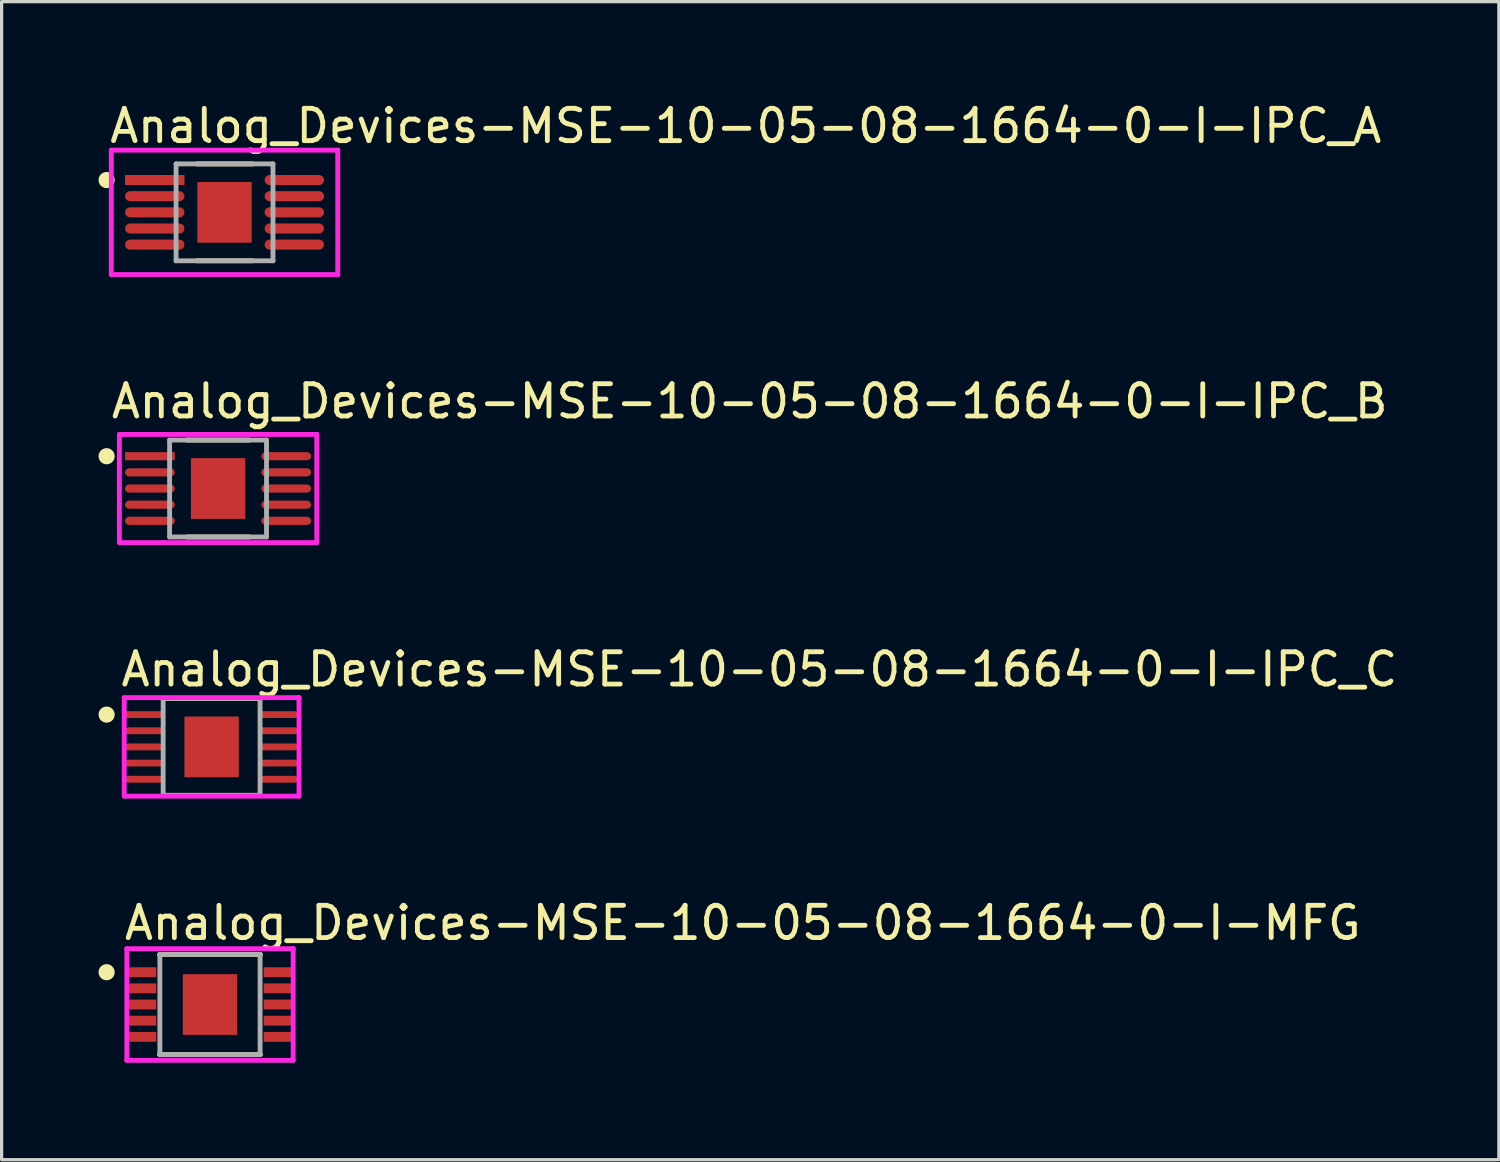
<source format=kicad_pcb>
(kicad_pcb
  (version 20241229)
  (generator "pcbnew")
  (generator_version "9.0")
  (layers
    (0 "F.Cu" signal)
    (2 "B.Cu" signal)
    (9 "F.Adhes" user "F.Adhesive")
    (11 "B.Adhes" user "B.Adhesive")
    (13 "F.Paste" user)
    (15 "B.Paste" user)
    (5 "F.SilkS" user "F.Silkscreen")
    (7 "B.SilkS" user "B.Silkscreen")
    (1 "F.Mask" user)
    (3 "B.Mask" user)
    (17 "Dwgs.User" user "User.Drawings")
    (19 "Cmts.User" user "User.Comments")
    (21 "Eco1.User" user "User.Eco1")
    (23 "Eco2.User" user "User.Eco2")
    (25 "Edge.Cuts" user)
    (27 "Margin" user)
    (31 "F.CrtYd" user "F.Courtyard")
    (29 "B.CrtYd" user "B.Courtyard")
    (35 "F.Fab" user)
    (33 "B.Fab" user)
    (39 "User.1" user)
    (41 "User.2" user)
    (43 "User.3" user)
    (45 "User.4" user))
  (footprint "Analog_Devices-MSE-10-05-08-1664-0-I-IPC_B"
    (layer "F.Cu")
    (at 3.7 12.072)
    (property "Reference" "Analog_Devices-MSE-10-05-08-1664-0-I-IPC_B" (at -3.38 -2.7 0) (layer "F.SilkS") (effects (font (size 1 1) (thickness 0.15)) (justify left)))
    (attr through_hole)
    (fp_line (start -0.965 -1.5) (end 0.965 -1.5) (stroke (width 0.15) (type solid)) (layer "F.SilkS"))
    (fp_line (start -0.965 1.5) (end 0.965 1.5) (stroke (width 0.15) (type solid)) (layer "F.SilkS"))
    (fp_circle (center -3.45 -1) (end -3.325 -1) (stroke (width 0.25) (type solid)) (fill no) (layer "F.SilkS"))
    (fp_poly (pts (xy -0.514 -0.614) (xy 0.514 -0.614) (xy 0.514 0.614) (xy -0.514 0.614)) (stroke (width 0) (type solid)) (fill yes) (layer "F.Paste"))
    (fp_line (start -3.055 -1.675) (end -3.055 1.675) (stroke (width 0.15) (type solid)) (layer "F.CrtYd"))
    (fp_line (start -3.055 1.675) (end 3.055 1.675) (stroke (width 0.15) (type solid)) (layer "F.CrtYd"))
    (fp_line (start 3.055 -1.675) (end -3.055 -1.675) (stroke (width 0.15) (type solid)) (layer "F.CrtYd"))
    (fp_line (start 3.055 -1.675) (end 3.055 -1.675) (stroke (width 0.15) (type solid)) (layer "F.CrtYd"))
    (fp_line (start 3.055 1.675) (end 3.055 -1.675) (stroke (width 0.15) (type solid)) (layer "F.CrtYd"))
    (fp_line (start -1.5 -1.5) (end 1.5 -1.5) (stroke (width 0.15) (type solid)) (layer "F.Fab"))
    (fp_line (start -1.5 1.5) (end -1.5 -1.5) (stroke (width 0.15) (type solid)) (layer "F.Fab"))
    (fp_line (start 1.5 -1.5) (end 1.5 1.5) (stroke (width 0.15) (type solid)) (layer "F.Fab"))
    (fp_line (start 1.5 1.5) (end -1.5 1.5) (stroke (width 0.15) (type solid)) (layer "F.Fab"))
    (pad "1" smd rect (at -2.11 -1) (size 1.54 0.252) (layers "F.Cu" "F.Mask" "F.Paste"))
    (pad "2" smd roundrect (at -2.11 -0.5) (size 1.54 0.252) (layers "F.Cu" "F.Mask" "F.Paste") (roundrect_rratio 0.5))
    (pad "3" smd roundrect (at -2.11 0) (size 1.54 0.252) (layers "F.Cu" "F.Mask" "F.Paste") (roundrect_rratio 0.5))
    (pad "4" smd roundrect (at -2.11 0.5) (size 1.54 0.252) (layers "F.Cu" "F.Mask" "F.Paste") (roundrect_rratio 0.5))
    (pad "5" smd roundrect (at -2.11 1) (size 1.54 0.252) (layers "F.Cu" "F.Mask" "F.Paste") (roundrect_rratio 0.5))
    (pad "6" smd roundrect (at 2.11 1) (size 1.54 0.252) (layers "F.Cu" "F.Mask" "F.Paste") (roundrect_rratio 0.5))
    (pad "7" smd roundrect (at 2.11 0.5) (size 1.54 0.252) (layers "F.Cu" "F.Mask" "F.Paste") (roundrect_rratio 0.5))
    (pad "8" smd roundrect (at 2.11 0) (size 1.54 0.252) (layers "F.Cu" "F.Mask" "F.Paste") (roundrect_rratio 0.5))
    (pad "9" smd roundrect (at 2.11 -0.5) (size 1.54 0.252) (layers "F.Cu" "F.Mask" "F.Paste") (roundrect_rratio 0.5))
    (pad "10" smd roundrect (at 2.11 -1) (size 1.54 0.252) (layers "F.Cu" "F.Mask" "F.Paste") (roundrect_rratio 0.5))
    (pad "11" smd rect (at 0 0) (size 1.68 1.88) (layers "F.Cu" "F.Mask")))
  (footprint "Analog_Devices-MSE-10-05-08-1664-0-I-MFG"
    (layer "F.Cu")
    (at 3.45 28.044)
    (property "Reference" "Analog_Devices-MSE-10-05-08-1664-0-I-MFG" (at -2.726 -2.526 0) (layer "F.SilkS") (effects (font (size 1 1) (thickness 0.15)) (justify left)))
    (attr through_hole)
    (fp_line (start -1.551 -1.551) (end 1.551 -1.551) (stroke (width 0.15) (type solid)) (layer "F.SilkS"))
    (fp_line (start -1.551 -1.528) (end -1.551 -1.551) (stroke (width 0.15) (type solid)) (layer "F.SilkS"))
    (fp_line (start -1.551 1.551) (end -1.551 1.528) (stroke (width 0.15) (type solid)) (layer "F.SilkS"))
    (fp_line (start -1.551 1.551) (end 1.551 1.551) (stroke (width 0.15) (type solid)) (layer "F.SilkS"))
    (fp_line (start 1.551 -1.528) (end 1.551 -1.551) (stroke (width 0.15) (type solid)) (layer "F.SilkS"))
    (fp_line (start 1.551 1.551) (end 1.551 1.528) (stroke (width 0.15) (type solid)) (layer "F.SilkS"))
    (fp_circle (center -3.2 -1) (end -3.075 -1) (stroke (width 0.25) (type solid)) (fill no) (layer "F.SilkS"))
    (fp_line (start -2.575 -1.728) (end -2.575 1.728) (stroke (width 0.15) (type solid)) (layer "F.CrtYd"))
    (fp_line (start -2.575 1.728) (end 2.575 1.728) (stroke (width 0.15) (type solid)) (layer "F.CrtYd"))
    (fp_line (start 2.575 -1.728) (end -2.575 -1.728) (stroke (width 0.15) (type solid)) (layer "F.CrtYd"))
    (fp_line (start 2.575 -1.728) (end 2.575 -1.728) (stroke (width 0.15) (type solid)) (layer "F.CrtYd"))
    (fp_line (start 2.575 1.728) (end 2.575 -1.728) (stroke (width 0.15) (type solid)) (layer "F.CrtYd"))
    (fp_line (start -1.551 -1.551) (end 1.551 -1.551) (stroke (width 0.15) (type solid)) (layer "F.Fab"))
    (fp_line (start -1.551 1.551) (end -1.551 -1.551) (stroke (width 0.15) (type solid)) (layer "F.Fab"))
    (fp_line (start 1.551 -1.551) (end 1.551 1.551) (stroke (width 0.15) (type solid)) (layer "F.Fab"))
    (fp_line (start 1.551 1.551) (end -1.551 1.551) (stroke (width 0.15) (type solid)) (layer "F.Fab"))
    (pad "1" smd rect (at -2.106 -1) (size 0.889 0.305) (layers "F.Cu" "F.Mask" "F.Paste"))
    (pad "2" smd rect (at -2.106 -0.5) (size 0.889 0.305) (layers "F.Cu" "F.Mask" "F.Paste"))
    (pad "3" smd rect (at -2.106 0) (size 0.889 0.305) (layers "F.Cu" "F.Mask" "F.Paste"))
    (pad "4" smd rect (at -2.106 0.5) (size 0.889 0.305) (layers "F.Cu" "F.Mask" "F.Paste"))
    (pad "5" smd rect (at -2.106 1) (size 0.889 0.305) (layers "F.Cu" "F.Mask" "F.Paste"))
    (pad "6" smd rect (at 2.106 1) (size 0.889 0.305) (layers "F.Cu" "F.Mask" "F.Paste"))
    (pad "7" smd rect (at 2.106 0.5) (size 0.889 0.305) (layers "F.Cu" "F.Mask" "F.Paste"))
    (pad "8" smd rect (at 2.106 0) (size 0.889 0.305) (layers "F.Cu" "F.Mask" "F.Paste"))
    (pad "9" smd rect (at 2.106 -0.5) (size 0.889 0.305) (layers "F.Cu" "F.Mask" "F.Paste"))
    (pad "10" smd rect (at 2.106 -1) (size 0.889 0.305) (layers "F.Cu" "F.Mask" "F.Paste"))
    (pad "11" smd rect (at 0 0) (size 1.68 1.88) (layers "F.Cu" "F.Mask" "F.Paste")))
  (footprint "Analog_Devices-MSE-10-05-08-1664-0-I-IPC_A"
    (layer "F.Cu")
    (at 3.9 3.523)
    (property "Reference" "Analog_Devices-MSE-10-05-08-1664-0-I-IPC_A" (at -3.63 -2.675 0) (layer "F.SilkS") (effects (font (size 1 1) (thickness 0.15)) (justify left)))
    (attr through_hole)
    (fp_line (start -0.865 -1.5) (end 0.865 -1.5) (stroke (width 0.15) (type solid)) (layer "F.SilkS"))
    (fp_line (start -0.865 1.5) (end 0.865 1.5) (stroke (width 0.15) (type solid)) (layer "F.SilkS"))
    (fp_circle (center -3.65 -1) (end -3.525 -1) (stroke (width 0.25) (type solid)) (fill no) (layer "F.SilkS"))
    (fp_poly (pts (xy -0.514 -0.614) (xy 0.514 -0.614) (xy 0.514 0.614) (xy -0.514 0.614)) (stroke (width 0) (type solid)) (fill yes) (layer "F.Paste"))
    (fp_line (start -3.505 -1.925) (end -3.505 1.925) (stroke (width 0.15) (type solid)) (layer "F.CrtYd"))
    (fp_line (start -3.505 1.925) (end 3.505 1.925) (stroke (width 0.15) (type solid)) (layer "F.CrtYd"))
    (fp_line (start 3.505 -1.925) (end -3.505 -1.925) (stroke (width 0.15) (type solid)) (layer "F.CrtYd"))
    (fp_line (start 3.505 -1.925) (end 3.505 -1.925) (stroke (width 0.15) (type solid)) (layer "F.CrtYd"))
    (fp_line (start 3.505 1.925) (end 3.505 -1.925) (stroke (width 0.15) (type solid)) (layer "F.CrtYd"))
    (fp_line (start -1.5 -1.5) (end 1.5 -1.5) (stroke (width 0.15) (type solid)) (layer "F.Fab"))
    (fp_line (start -1.5 1.5) (end -1.5 -1.5) (stroke (width 0.15) (type solid)) (layer "F.Fab"))
    (fp_line (start 1.5 -1.5) (end 1.5 1.5) (stroke (width 0.15) (type solid)) (layer "F.Fab"))
    (fp_line (start 1.5 1.5) (end -1.5 1.5) (stroke (width 0.15) (type solid)) (layer "F.Fab"))
    (pad "1" smd rect (at -2.16 -1) (size 1.84 0.312) (layers "F.Cu" "F.Mask" "F.Paste"))
    (pad "2" smd roundrect (at -2.16 -0.5) (size 1.84 0.312) (layers "F.Cu" "F.Mask" "F.Paste") (roundrect_rratio 0.5))
    (pad "3" smd roundrect (at -2.16 0) (size 1.84 0.312) (layers "F.Cu" "F.Mask" "F.Paste") (roundrect_rratio 0.5))
    (pad "4" smd roundrect (at -2.16 0.5) (size 1.84 0.312) (layers "F.Cu" "F.Mask" "F.Paste") (roundrect_rratio 0.5))
    (pad "5" smd roundrect (at -2.16 1) (size 1.84 0.312) (layers "F.Cu" "F.Mask" "F.Paste") (roundrect_rratio 0.5))
    (pad "6" smd roundrect (at 2.16 1) (size 1.84 0.312) (layers "F.Cu" "F.Mask" "F.Paste") (roundrect_rratio 0.5))
    (pad "7" smd roundrect (at 2.16 0.5) (size 1.84 0.312) (layers "F.Cu" "F.Mask" "F.Paste") (roundrect_rratio 0.5))
    (pad "8" smd roundrect (at 2.16 0) (size 1.84 0.312) (layers "F.Cu" "F.Mask" "F.Paste") (roundrect_rratio 0.5))
    (pad "9" smd roundrect (at 2.16 -0.5) (size 1.84 0.312) (layers "F.Cu" "F.Mask" "F.Paste") (roundrect_rratio 0.5))
    (pad "10" smd roundrect (at 2.16 -1) (size 1.84 0.312) (layers "F.Cu" "F.Mask" "F.Paste") (roundrect_rratio 0.5))
    (pad "11" smd rect (at 0 0) (size 1.68 1.88) (layers "F.Cu" "F.Mask")))
  (footprint "Analog_Devices-MSE-10-05-08-1664-0-I-IPC_C"
    (layer "F.Cu")
    (at 3.5 20.07)
    (property "Reference" "Analog_Devices-MSE-10-05-08-1664-0-I-IPC_C" (at -2.88 -2.4 0) (layer "F.SilkS") (effects (font (size 1 1) (thickness 0.15)) (justify left)))
    (attr through_hole)
    (fp_line (start -1.5 -1.5) (end 1.5 -1.5) (stroke (width 0.15) (type solid)) (layer "F.SilkS"))
    (fp_line (start -1.5 -1.481) (end -1.5 -1.5) (stroke (width 0.15) (type solid)) (layer "F.SilkS"))
    (fp_line (start -1.5 1.5) (end -1.5 1.481) (stroke (width 0.15) (type solid)) (layer "F.SilkS"))
    (fp_line (start -1.5 1.5) (end 1.5 1.5) (stroke (width 0.15) (type solid)) (layer "F.SilkS"))
    (fp_line (start 1.5 -1.481) (end 1.5 -1.5) (stroke (width 0.15) (type solid)) (layer "F.SilkS"))
    (fp_line (start 1.5 1.5) (end 1.5 1.481) (stroke (width 0.15) (type solid)) (layer "F.SilkS"))
    (fp_circle (center -3.25 -1) (end -3.125 -1) (stroke (width 0.25) (type solid)) (fill no) (layer "F.SilkS"))
    (fp_poly (pts (xy -0.514 -0.614) (xy 0.514 -0.614) (xy 0.514 0.614) (xy -0.514 0.614)) (stroke (width 0) (type solid)) (fill yes) (layer "F.Paste"))
    (fp_line (start -2.705 -1.525) (end -2.705 1.525) (stroke (width 0.15) (type solid)) (layer "F.CrtYd"))
    (fp_line (start -2.705 1.525) (end 2.705 1.525) (stroke (width 0.15) (type solid)) (layer "F.CrtYd"))
    (fp_line (start 2.705 -1.525) (end -2.705 -1.525) (stroke (width 0.15) (type solid)) (layer "F.CrtYd"))
    (fp_line (start 2.705 -1.525) (end 2.705 -1.525) (stroke (width 0.15) (type solid)) (layer "F.CrtYd"))
    (fp_line (start 2.705 1.525) (end 2.705 -1.525) (stroke (width 0.15) (type solid)) (layer "F.CrtYd"))
    (fp_line (start -1.5 -1.5) (end 1.5 -1.5) (stroke (width 0.15) (type solid)) (layer "F.Fab"))
    (fp_line (start -1.5 1.5) (end -1.5 -1.5) (stroke (width 0.15) (type solid)) (layer "F.Fab"))
    (fp_line (start 1.5 -1.5) (end 1.5 1.5) (stroke (width 0.15) (type solid)) (layer "F.Fab"))
    (fp_line (start 1.5 1.5) (end -1.5 1.5) (stroke (width 0.15) (type solid)) (layer "F.Fab"))
    (pad "1" smd rect (at -2.06 -1) (size 1.24 0.212) (layers "F.Cu" "F.Mask" "F.Paste"))
    (pad "2" smd roundrect (at -2.06 -0.5) (size 1.24 0.212) (layers "F.Cu" "F.Mask" "F.Paste") (roundrect_rratio 0.5))
    (pad "3" smd roundrect (at -2.06 0) (size 1.24 0.212) (layers "F.Cu" "F.Mask" "F.Paste") (roundrect_rratio 0.5))
    (pad "4" smd roundrect (at -2.06 0.5) (size 1.24 0.212) (layers "F.Cu" "F.Mask" "F.Paste") (roundrect_rratio 0.5))
    (pad "5" smd roundrect (at -2.06 1) (size 1.24 0.212) (layers "F.Cu" "F.Mask" "F.Paste") (roundrect_rratio 0.5))
    (pad "6" smd roundrect (at 2.06 1) (size 1.24 0.212) (layers "F.Cu" "F.Mask" "F.Paste") (roundrect_rratio 0.5))
    (pad "7" smd roundrect (at 2.06 0.5) (size 1.24 0.212) (layers "F.Cu" "F.Mask" "F.Paste") (roundrect_rratio 0.5))
    (pad "8" smd roundrect (at 2.06 0) (size 1.24 0.212) (layers "F.Cu" "F.Mask" "F.Paste") (roundrect_rratio 0.5))
    (pad "9" smd roundrect (at 2.06 -0.5) (size 1.24 0.212) (layers "F.Cu" "F.Mask" "F.Paste") (roundrect_rratio 0.5))
    (pad "10" smd roundrect (at 2.06 -1) (size 1.24 0.212) (layers "F.Cu" "F.Mask" "F.Paste") (roundrect_rratio 0.5))
    (pad "11" smd rect (at 0 0) (size 1.68 1.88) (layers "F.Cu" "F.Mask")))
  (gr_rect
    (start -3 -3)
    (end 43.346 32.847)
    (stroke (width 0.1) (type default))
    (fill no)
    (layer "Edge.Cuts")))
</source>
